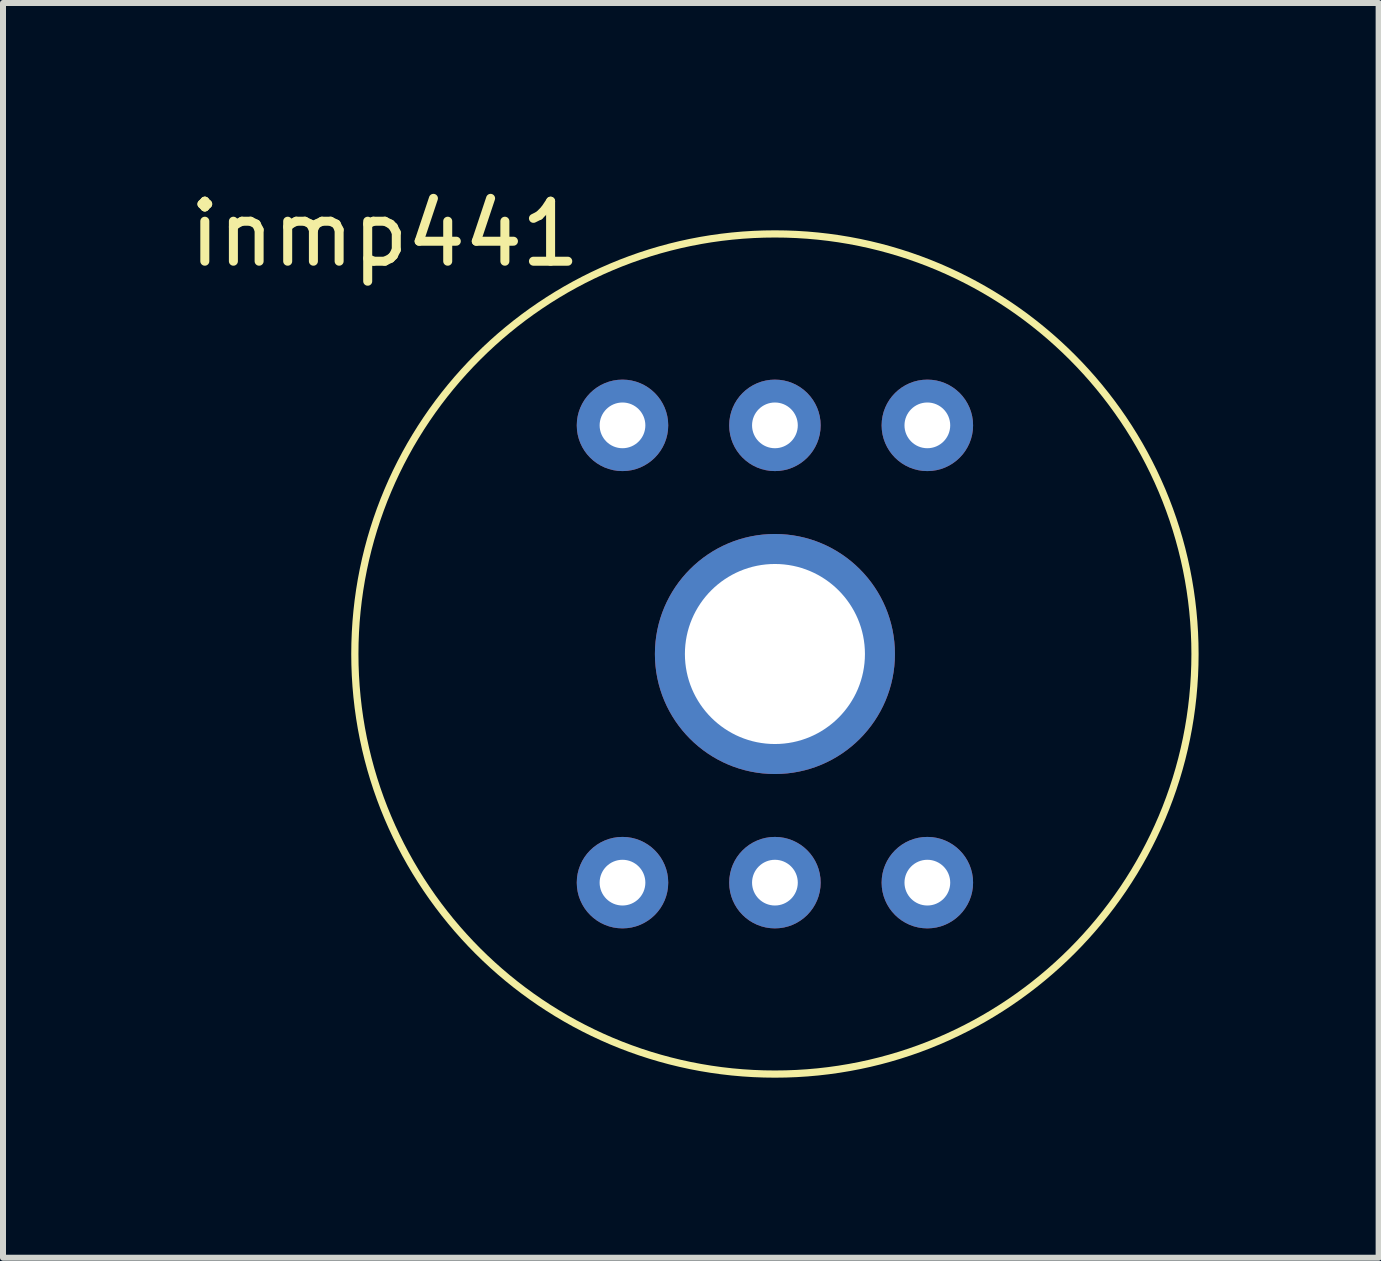
<source format=kicad_pcb>
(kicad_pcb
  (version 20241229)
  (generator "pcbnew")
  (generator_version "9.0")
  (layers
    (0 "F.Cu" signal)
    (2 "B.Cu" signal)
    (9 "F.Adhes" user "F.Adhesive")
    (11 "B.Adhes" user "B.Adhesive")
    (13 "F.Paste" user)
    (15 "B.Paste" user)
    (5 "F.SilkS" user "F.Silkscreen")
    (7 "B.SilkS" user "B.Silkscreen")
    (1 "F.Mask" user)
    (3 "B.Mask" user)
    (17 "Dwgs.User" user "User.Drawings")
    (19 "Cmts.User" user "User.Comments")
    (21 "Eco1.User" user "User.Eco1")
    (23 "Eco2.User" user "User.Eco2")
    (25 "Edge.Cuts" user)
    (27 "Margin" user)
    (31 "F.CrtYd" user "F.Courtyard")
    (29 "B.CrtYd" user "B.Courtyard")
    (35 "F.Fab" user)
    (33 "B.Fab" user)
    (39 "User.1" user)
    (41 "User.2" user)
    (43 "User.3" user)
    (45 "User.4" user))
  (footprint "inmp441"
    (layer "F.Cu")
    (at 9.863 7.848)
    (property "Reference" "inmp441" (at -6.5 -7 0) (layer "F.SilkS") (effects (font (size 1 1) (thickness 0.15))))
    (attr through_hole)
    (fp_circle (center 0 0) (end 7 0) (stroke (width 0.12) (type solid)) (fill no) (layer "F.SilkS"))
    (pad "" np_thru_hole circle (at 0 0) (size 4 4) (drill 3) (layers "*.Cu" "*.Mask"))
    (pad "1" thru_hole circle (at -2.54 -3.81) (size 1.524 1.524) (drill 0.762) (layers "*.Cu" "*.Mask"))
    (pad "2" thru_hole circle (at 0 -3.81) (size 1.524 1.524) (drill 0.762) (layers "*.Cu" "*.Mask"))
    (pad "3" thru_hole circle (at 2.54 -3.81) (size 1.524 1.524) (drill 0.762) (layers "*.Cu" "*.Mask"))
    (pad "4" thru_hole circle (at -2.54 3.81) (size 1.524 1.524) (drill 0.762) (layers "*.Cu" "*.Mask"))
    (pad "5" thru_hole circle (at 0 3.81) (size 1.524 1.524) (drill 0.762) (layers "*.Cu" "*.Mask"))
    (pad "6" thru_hole circle (at 2.54 3.81 90) (size 1.524 1.524) (drill 0.762) (layers "*.Cu" "*.Mask")))
  (gr_rect
    (start -3 -3)
    (end 19.923 17.908)
    (stroke (width 0.1) (type default))
    (fill no)
    (layer "Edge.Cuts")))
</source>
